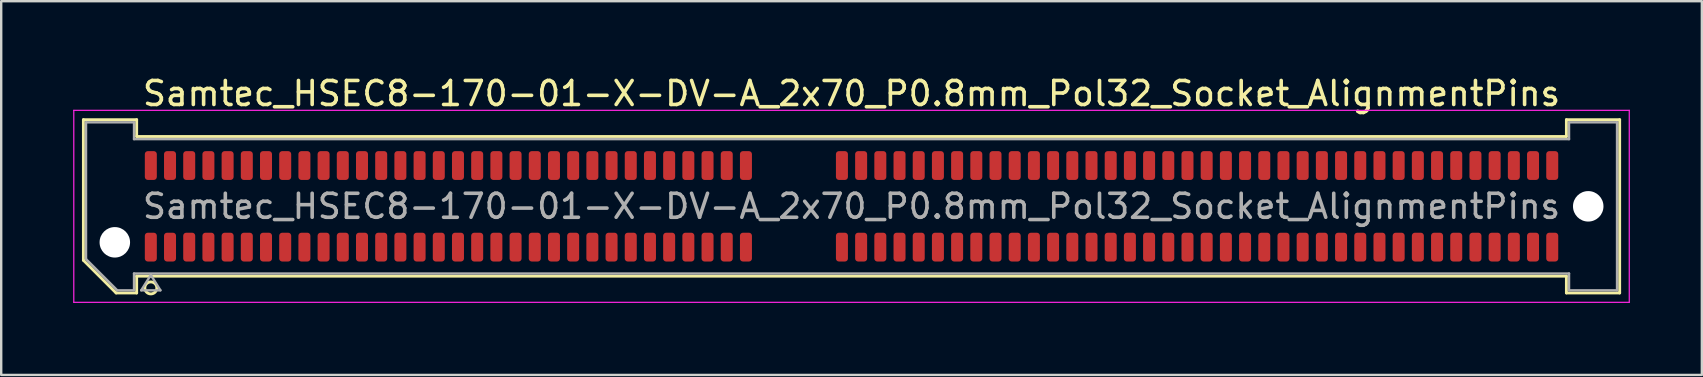
<source format=kicad_pcb>
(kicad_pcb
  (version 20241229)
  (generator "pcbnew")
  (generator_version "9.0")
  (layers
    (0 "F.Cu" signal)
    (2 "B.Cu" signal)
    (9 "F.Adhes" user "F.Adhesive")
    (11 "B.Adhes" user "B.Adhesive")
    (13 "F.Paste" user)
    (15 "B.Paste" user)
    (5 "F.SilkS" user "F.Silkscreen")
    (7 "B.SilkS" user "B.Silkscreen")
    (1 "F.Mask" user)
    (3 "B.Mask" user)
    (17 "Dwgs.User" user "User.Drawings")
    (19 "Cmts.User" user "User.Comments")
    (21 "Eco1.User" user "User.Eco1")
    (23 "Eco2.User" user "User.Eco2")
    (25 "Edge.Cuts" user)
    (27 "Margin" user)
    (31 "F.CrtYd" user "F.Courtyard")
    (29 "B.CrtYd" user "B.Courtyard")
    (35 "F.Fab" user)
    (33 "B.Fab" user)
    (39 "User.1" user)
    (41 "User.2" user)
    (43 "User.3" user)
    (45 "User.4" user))
  (footprint "Samtec_HSEC8-170-01-X-DV-A_2x70_P0.8mm_Pol32_Socket_AlignmentPins"
    (layer "F.Cu")
    (at 32.435 5.548)
    (property "Reference" "Samtec_HSEC8-170-01-X-DV-A_2x70_P0.8mm_Pol32_Socket_AlignmentPins" (at 0 -4.7 0) (layer "F.SilkS") (effects (font (size 1 1) (thickness 0.15))))
    (attr smd)
    (fp_line (start -32.01 -3.61) (end -29.79 -3.61) (stroke (width 0.12) (type solid)) (layer "F.SilkS"))
    (fp_line (start -32.01 2.246) (end -32.01 -3.61) (stroke (width 0.12) (type solid)) (layer "F.SilkS"))
    (fp_line (start -30.646 3.61) (end -32.01 2.246) (stroke (width 0.12) (type solid)) (layer "F.SilkS"))
    (fp_line (start -29.79 -3.61) (end -29.79 -2.91) (stroke (width 0.12) (type solid)) (layer "F.SilkS"))
    (fp_line (start -29.79 -2.91) (end 29.79 -2.91) (stroke (width 0.12) (type solid)) (layer "F.SilkS"))
    (fp_line (start -29.79 2.91) (end -29.79 3.61) (stroke (width 0.12) (type solid)) (layer "F.SilkS"))
    (fp_line (start -29.79 3.61) (end -30.646 3.61) (stroke (width 0.12) (type solid)) (layer "F.SilkS"))
    (fp_line (start 29.79 -3.61) (end 32.01 -3.61) (stroke (width 0.12) (type solid)) (layer "F.SilkS"))
    (fp_line (start 29.79 -2.91) (end 29.79 -3.61) (stroke (width 0.12) (type solid)) (layer "F.SilkS"))
    (fp_line (start 29.79 2.91) (end -29.79 2.91) (stroke (width 0.12) (type solid)) (layer "F.SilkS"))
    (fp_line (start 29.79 3.61) (end 29.79 2.91) (stroke (width 0.12) (type solid)) (layer "F.SilkS"))
    (fp_line (start 32.01 -3.61) (end 32.01 3.61) (stroke (width 0.12) (type solid)) (layer "F.SilkS"))
    (fp_line (start 32.01 3.61) (end 29.79 3.61) (stroke (width 0.12) (type solid)) (layer "F.SilkS"))
    (fp_circle (center -29.2 3.4) (end -28.95 3.4) (stroke (width 0.12) (type solid)) (fill no) (layer "F.SilkS"))
    (fp_line (start -32.41 -4) (end -32.41 4) (stroke (width 0.05) (type solid)) (layer "F.CrtYd"))
    (fp_line (start -32.41 4) (end 32.41 4) (stroke (width 0.05) (type solid)) (layer "F.CrtYd"))
    (fp_line (start 32.41 -4) (end -32.41 -4) (stroke (width 0.05) (type solid)) (layer "F.CrtYd"))
    (fp_line (start 32.41 4) (end 32.41 -4) (stroke (width 0.05) (type solid)) (layer "F.CrtYd"))
    (fp_line (start -31.9 -3.5) (end -29.9 -3.5) (stroke (width 0.1) (type solid)) (layer "F.Fab"))
    (fp_line (start -31.9 2.2) (end -31.9 -3.5) (stroke (width 0.1) (type solid)) (layer "F.Fab"))
    (fp_line (start -30.6 3.5) (end -31.9 2.2) (stroke (width 0.1) (type solid)) (layer "F.Fab"))
    (fp_line (start -29.9 -3.5) (end -29.9 -2.8) (stroke (width 0.1) (type solid)) (layer "F.Fab"))
    (fp_line (start -29.9 -2.8) (end 29.9 -2.8) (stroke (width 0.1) (type solid)) (layer "F.Fab"))
    (fp_line (start -29.9 2.8) (end -29.9 3.5) (stroke (width 0.1) (type solid)) (layer "F.Fab"))
    (fp_line (start -29.9 3.5) (end -30.6 3.5) (stroke (width 0.1) (type solid)) (layer "F.Fab"))
    (fp_line (start -29.6 3.5) (end -29.2 2.86) (stroke (width 0.1) (type solid)) (layer "F.Fab"))
    (fp_line (start -29.2 2.86) (end -28.8 3.5) (stroke (width 0.1) (type solid)) (layer "F.Fab"))
    (fp_line (start -28.8 3.5) (end -29.6 3.5) (stroke (width 0.1) (type solid)) (layer "F.Fab"))
    (fp_line (start 29.9 -3.5) (end 31.9 -3.5) (stroke (width 0.1) (type solid)) (layer "F.Fab"))
    (fp_line (start 29.9 -2.8) (end 29.9 -3.5) (stroke (width 0.1) (type solid)) (layer "F.Fab"))
    (fp_line (start 29.9 2.8) (end -29.9 2.8) (stroke (width 0.1) (type solid)) (layer "F.Fab"))
    (fp_line (start 29.9 3.5) (end 29.9 2.8) (stroke (width 0.1) (type solid)) (layer "F.Fab"))
    (fp_line (start 31.9 -3.5) (end 31.9 3.5) (stroke (width 0.1) (type solid)) (layer "F.Fab"))
    (fp_line (start 31.9 3.5) (end 29.9 3.5) (stroke (width 0.1) (type solid)) (layer "F.Fab"))
    (fp_text user "${REFERENCE}" (at 0 0 0) (layer "F.Fab") (effects (font (size 1 1) (thickness 0.15))))
    (pad "" np_thru_hole circle (at -30.7 1.5) (size 1.27 1.27) (drill 1.27) (layers "*.Cu" "*.Mask"))
    (pad "" np_thru_hole circle (at 30.7 0) (size 1.27 1.27) (drill 1.27) (layers "*.Cu" "*.Mask"))
    (pad "1" smd roundrect (at -29.2 1.7) (size 0.5 1.2) (layers "F.Cu" "F.Mask" "F.Paste") (roundrect_rratio 0.25))
    (pad "2" smd roundrect (at -29.2 -1.7) (size 0.5 1.2) (layers "F.Cu" "F.Mask" "F.Paste") (roundrect_rratio 0.25))
    (pad "3" smd roundrect (at -28.4 1.7) (size 0.5 1.2) (layers "F.Cu" "F.Mask" "F.Paste") (roundrect_rratio 0.25))
    (pad "4" smd roundrect (at -28.4 -1.7) (size 0.5 1.2) (layers "F.Cu" "F.Mask" "F.Paste") (roundrect_rratio 0.25))
    (pad "5" smd roundrect (at -27.6 1.7) (size 0.5 1.2) (layers "F.Cu" "F.Mask" "F.Paste") (roundrect_rratio 0.25))
    (pad "6" smd roundrect (at -27.6 -1.7) (size 0.5 1.2) (layers "F.Cu" "F.Mask" "F.Paste") (roundrect_rratio 0.25))
    (pad "7" smd roundrect (at -26.8 1.7) (size 0.5 1.2) (layers "F.Cu" "F.Mask" "F.Paste") (roundrect_rratio 0.25))
    (pad "8" smd roundrect (at -26.8 -1.7) (size 0.5 1.2) (layers "F.Cu" "F.Mask" "F.Paste") (roundrect_rratio 0.25))
    (pad "9" smd roundrect (at -26 1.7) (size 0.5 1.2) (layers "F.Cu" "F.Mask" "F.Paste") (roundrect_rratio 0.25))
    (pad "10" smd roundrect (at -26 -1.7) (size 0.5 1.2) (layers "F.Cu" "F.Mask" "F.Paste") (roundrect_rratio 0.25))
    (pad "11" smd roundrect (at -25.2 1.7) (size 0.5 1.2) (layers "F.Cu" "F.Mask" "F.Paste") (roundrect_rratio 0.25))
    (pad "12" smd roundrect (at -25.2 -1.7) (size 0.5 1.2) (layers "F.Cu" "F.Mask" "F.Paste") (roundrect_rratio 0.25))
    (pad "13" smd roundrect (at -24.4 1.7) (size 0.5 1.2) (layers "F.Cu" "F.Mask" "F.Paste") (roundrect_rratio 0.25))
    (pad "14" smd roundrect (at -24.4 -1.7) (size 0.5 1.2) (layers "F.Cu" "F.Mask" "F.Paste") (roundrect_rratio 0.25))
    (pad "15" smd roundrect (at -23.6 1.7) (size 0.5 1.2) (layers "F.Cu" "F.Mask" "F.Paste") (roundrect_rratio 0.25))
    (pad "16" smd roundrect (at -23.6 -1.7) (size 0.5 1.2) (layers "F.Cu" "F.Mask" "F.Paste") (roundrect_rratio 0.25))
    (pad "17" smd roundrect (at -22.8 1.7) (size 0.5 1.2) (layers "F.Cu" "F.Mask" "F.Paste") (roundrect_rratio 0.25))
    (pad "18" smd roundrect (at -22.8 -1.7) (size 0.5 1.2) (layers "F.Cu" "F.Mask" "F.Paste") (roundrect_rratio 0.25))
    (pad "19" smd roundrect (at -22 1.7) (size 0.5 1.2) (layers "F.Cu" "F.Mask" "F.Paste") (roundrect_rratio 0.25))
    (pad "20" smd roundrect (at -22 -1.7) (size 0.5 1.2) (layers "F.Cu" "F.Mask" "F.Paste") (roundrect_rratio 0.25))
    (pad "21" smd roundrect (at -21.2 1.7) (size 0.5 1.2) (layers "F.Cu" "F.Mask" "F.Paste") (roundrect_rratio 0.25))
    (pad "22" smd roundrect (at -21.2 -1.7) (size 0.5 1.2) (layers "F.Cu" "F.Mask" "F.Paste") (roundrect_rratio 0.25))
    (pad "23" smd roundrect (at -20.4 1.7) (size 0.5 1.2) (layers "F.Cu" "F.Mask" "F.Paste") (roundrect_rratio 0.25))
    (pad "24" smd roundrect (at -20.4 -1.7) (size 0.5 1.2) (layers "F.Cu" "F.Mask" "F.Paste") (roundrect_rratio 0.25))
    (pad "25" smd roundrect (at -19.6 1.7) (size 0.5 1.2) (layers "F.Cu" "F.Mask" "F.Paste") (roundrect_rratio 0.25))
    (pad "26" smd roundrect (at -19.6 -1.7) (size 0.5 1.2) (layers "F.Cu" "F.Mask" "F.Paste") (roundrect_rratio 0.25))
    (pad "27" smd roundrect (at -18.8 1.7) (size 0.5 1.2) (layers "F.Cu" "F.Mask" "F.Paste") (roundrect_rratio 0.25))
    (pad "28" smd roundrect (at -18.8 -1.7) (size 0.5 1.2) (layers "F.Cu" "F.Mask" "F.Paste") (roundrect_rratio 0.25))
    (pad "29" smd roundrect (at -18 1.7) (size 0.5 1.2) (layers "F.Cu" "F.Mask" "F.Paste") (roundrect_rratio 0.25))
    (pad "30" smd roundrect (at -18 -1.7) (size 0.5 1.2) (layers "F.Cu" "F.Mask" "F.Paste") (roundrect_rratio 0.25))
    (pad "31" smd roundrect (at -17.2 1.7) (size 0.5 1.2) (layers "F.Cu" "F.Mask" "F.Paste") (roundrect_rratio 0.25))
    (pad "32" smd roundrect (at -17.2 -1.7) (size 0.5 1.2) (layers "F.Cu" "F.Mask" "F.Paste") (roundrect_rratio 0.25))
    (pad "33" smd roundrect (at -16.4 1.7) (size 0.5 1.2) (layers "F.Cu" "F.Mask" "F.Paste") (roundrect_rratio 0.25))
    (pad "34" smd roundrect (at -16.4 -1.7) (size 0.5 1.2) (layers "F.Cu" "F.Mask" "F.Paste") (roundrect_rratio 0.25))
    (pad "35" smd roundrect (at -15.6 1.7) (size 0.5 1.2) (layers "F.Cu" "F.Mask" "F.Paste") (roundrect_rratio 0.25))
    (pad "36" smd roundrect (at -15.6 -1.7) (size 0.5 1.2) (layers "F.Cu" "F.Mask" "F.Paste") (roundrect_rratio 0.25))
    (pad "37" smd roundrect (at -14.8 1.7) (size 0.5 1.2) (layers "F.Cu" "F.Mask" "F.Paste") (roundrect_rratio 0.25))
    (pad "38" smd roundrect (at -14.8 -1.7) (size 0.5 1.2) (layers "F.Cu" "F.Mask" "F.Paste") (roundrect_rratio 0.25))
    (pad "39" smd roundrect (at -14 1.7) (size 0.5 1.2) (layers "F.Cu" "F.Mask" "F.Paste") (roundrect_rratio 0.25))
    (pad "40" smd roundrect (at -14 -1.7) (size 0.5 1.2) (layers "F.Cu" "F.Mask" "F.Paste") (roundrect_rratio 0.25))
    (pad "41" smd roundrect (at -13.2 1.7) (size 0.5 1.2) (layers "F.Cu" "F.Mask" "F.Paste") (roundrect_rratio 0.25))
    (pad "42" smd roundrect (at -13.2 -1.7) (size 0.5 1.2) (layers "F.Cu" "F.Mask" "F.Paste") (roundrect_rratio 0.25))
    (pad "43" smd roundrect (at -12.4 1.7) (size 0.5 1.2) (layers "F.Cu" "F.Mask" "F.Paste") (roundrect_rratio 0.25))
    (pad "44" smd roundrect (at -12.4 -1.7) (size 0.5 1.2) (layers "F.Cu" "F.Mask" "F.Paste") (roundrect_rratio 0.25))
    (pad "45" smd roundrect (at -11.6 1.7) (size 0.5 1.2) (layers "F.Cu" "F.Mask" "F.Paste") (roundrect_rratio 0.25))
    (pad "46" smd roundrect (at -11.6 -1.7) (size 0.5 1.2) (layers "F.Cu" "F.Mask" "F.Paste") (roundrect_rratio 0.25))
    (pad "47" smd roundrect (at -10.8 1.7) (size 0.5 1.2) (layers "F.Cu" "F.Mask" "F.Paste") (roundrect_rratio 0.25))
    (pad "48" smd roundrect (at -10.8 -1.7) (size 0.5 1.2) (layers "F.Cu" "F.Mask" "F.Paste") (roundrect_rratio 0.25))
    (pad "49" smd roundrect (at -10 1.7) (size 0.5 1.2) (layers "F.Cu" "F.Mask" "F.Paste") (roundrect_rratio 0.25))
    (pad "50" smd roundrect (at -10 -1.7) (size 0.5 1.2) (layers "F.Cu" "F.Mask" "F.Paste") (roundrect_rratio 0.25))
    (pad "51" smd roundrect (at -9.2 1.7) (size 0.5 1.2) (layers "F.Cu" "F.Mask" "F.Paste") (roundrect_rratio 0.25))
    (pad "52" smd roundrect (at -9.2 -1.7) (size 0.5 1.2) (layers "F.Cu" "F.Mask" "F.Paste") (roundrect_rratio 0.25))
    (pad "53" smd roundrect (at -8.4 1.7) (size 0.5 1.2) (layers "F.Cu" "F.Mask" "F.Paste") (roundrect_rratio 0.25))
    (pad "54" smd roundrect (at -8.4 -1.7) (size 0.5 1.2) (layers "F.Cu" "F.Mask" "F.Paste") (roundrect_rratio 0.25))
    (pad "55" smd roundrect (at -7.6 1.7) (size 0.5 1.2) (layers "F.Cu" "F.Mask" "F.Paste") (roundrect_rratio 0.25))
    (pad "56" smd roundrect (at -7.6 -1.7) (size 0.5 1.2) (layers "F.Cu" "F.Mask" "F.Paste") (roundrect_rratio 0.25))
    (pad "57" smd roundrect (at -6.8 1.7) (size 0.5 1.2) (layers "F.Cu" "F.Mask" "F.Paste") (roundrect_rratio 0.25))
    (pad "58" smd roundrect (at -6.8 -1.7) (size 0.5 1.2) (layers "F.Cu" "F.Mask" "F.Paste") (roundrect_rratio 0.25))
    (pad "59" smd roundrect (at -6 1.7) (size 0.5 1.2) (layers "F.Cu" "F.Mask" "F.Paste") (roundrect_rratio 0.25))
    (pad "60" smd roundrect (at -6 -1.7) (size 0.5 1.2) (layers "F.Cu" "F.Mask" "F.Paste") (roundrect_rratio 0.25))
    (pad "61" smd roundrect (at -5.2 1.7) (size 0.5 1.2) (layers "F.Cu" "F.Mask" "F.Paste") (roundrect_rratio 0.25))
    (pad "62" smd roundrect (at -5.2 -1.7) (size 0.5 1.2) (layers "F.Cu" "F.Mask" "F.Paste") (roundrect_rratio 0.25))
    (pad "63" smd roundrect (at -4.4 1.7) (size 0.5 1.2) (layers "F.Cu" "F.Mask" "F.Paste") (roundrect_rratio 0.25))
    (pad "64" smd roundrect (at -4.4 -1.7) (size 0.5 1.2) (layers "F.Cu" "F.Mask" "F.Paste") (roundrect_rratio 0.25))
    (pad "65" smd roundrect (at -0.4 1.7) (size 0.5 1.2) (layers "F.Cu" "F.Mask" "F.Paste") (roundrect_rratio 0.25))
    (pad "66" smd roundrect (at -0.4 -1.7) (size 0.5 1.2) (layers "F.Cu" "F.Mask" "F.Paste") (roundrect_rratio 0.25))
    (pad "67" smd roundrect (at 0.4 1.7) (size 0.5 1.2) (layers "F.Cu" "F.Mask" "F.Paste") (roundrect_rratio 0.25))
    (pad "68" smd roundrect (at 0.4 -1.7) (size 0.5 1.2) (layers "F.Cu" "F.Mask" "F.Paste") (roundrect_rratio 0.25))
    (pad "69" smd roundrect (at 1.2 1.7) (size 0.5 1.2) (layers "F.Cu" "F.Mask" "F.Paste") (roundrect_rratio 0.25))
    (pad "70" smd roundrect (at 1.2 -1.7) (size 0.5 1.2) (layers "F.Cu" "F.Mask" "F.Paste") (roundrect_rratio 0.25))
    (pad "71" smd roundrect (at 2 1.7) (size 0.5 1.2) (layers "F.Cu" "F.Mask" "F.Paste") (roundrect_rratio 0.25))
    (pad "72" smd roundrect (at 2 -1.7) (size 0.5 1.2) (layers "F.Cu" "F.Mask" "F.Paste") (roundrect_rratio 0.25))
    (pad "73" smd roundrect (at 2.8 1.7) (size 0.5 1.2) (layers "F.Cu" "F.Mask" "F.Paste") (roundrect_rratio 0.25))
    (pad "74" smd roundrect (at 2.8 -1.7) (size 0.5 1.2) (layers "F.Cu" "F.Mask" "F.Paste") (roundrect_rratio 0.25))
    (pad "75" smd roundrect (at 3.6 1.7) (size 0.5 1.2) (layers "F.Cu" "F.Mask" "F.Paste") (roundrect_rratio 0.25))
    (pad "76" smd roundrect (at 3.6 -1.7) (size 0.5 1.2) (layers "F.Cu" "F.Mask" "F.Paste") (roundrect_rratio 0.25))
    (pad "77" smd roundrect (at 4.4 1.7) (size 0.5 1.2) (layers "F.Cu" "F.Mask" "F.Paste") (roundrect_rratio 0.25))
    (pad "78" smd roundrect (at 4.4 -1.7) (size 0.5 1.2) (layers "F.Cu" "F.Mask" "F.Paste") (roundrect_rratio 0.25))
    (pad "79" smd roundrect (at 5.2 1.7) (size 0.5 1.2) (layers "F.Cu" "F.Mask" "F.Paste") (roundrect_rratio 0.25))
    (pad "80" smd roundrect (at 5.2 -1.7) (size 0.5 1.2) (layers "F.Cu" "F.Mask" "F.Paste") (roundrect_rratio 0.25))
    (pad "81" smd roundrect (at 6 1.7) (size 0.5 1.2) (layers "F.Cu" "F.Mask" "F.Paste") (roundrect_rratio 0.25))
    (pad "82" smd roundrect (at 6 -1.7) (size 0.5 1.2) (layers "F.Cu" "F.Mask" "F.Paste") (roundrect_rratio 0.25))
    (pad "83" smd roundrect (at 6.8 1.7) (size 0.5 1.2) (layers "F.Cu" "F.Mask" "F.Paste") (roundrect_rratio 0.25))
    (pad "84" smd roundrect (at 6.8 -1.7) (size 0.5 1.2) (layers "F.Cu" "F.Mask" "F.Paste") (roundrect_rratio 0.25))
    (pad "85" smd roundrect (at 7.6 1.7) (size 0.5 1.2) (layers "F.Cu" "F.Mask" "F.Paste") (roundrect_rratio 0.25))
    (pad "86" smd roundrect (at 7.6 -1.7) (size 0.5 1.2) (layers "F.Cu" "F.Mask" "F.Paste") (roundrect_rratio 0.25))
    (pad "87" smd roundrect (at 8.4 1.7) (size 0.5 1.2) (layers "F.Cu" "F.Mask" "F.Paste") (roundrect_rratio 0.25))
    (pad "88" smd roundrect (at 8.4 -1.7) (size 0.5 1.2) (layers "F.Cu" "F.Mask" "F.Paste") (roundrect_rratio 0.25))
    (pad "89" smd roundrect (at 9.2 1.7) (size 0.5 1.2) (layers "F.Cu" "F.Mask" "F.Paste") (roundrect_rratio 0.25))
    (pad "90" smd roundrect (at 9.2 -1.7) (size 0.5 1.2) (layers "F.Cu" "F.Mask" "F.Paste") (roundrect_rratio 0.25))
    (pad "91" smd roundrect (at 10 1.7) (size 0.5 1.2) (layers "F.Cu" "F.Mask" "F.Paste") (roundrect_rratio 0.25))
    (pad "92" smd roundrect (at 10 -1.7) (size 0.5 1.2) (layers "F.Cu" "F.Mask" "F.Paste") (roundrect_rratio 0.25))
    (pad "93" smd roundrect (at 10.8 1.7) (size 0.5 1.2) (layers "F.Cu" "F.Mask" "F.Paste") (roundrect_rratio 0.25))
    (pad "94" smd roundrect (at 10.8 -1.7) (size 0.5 1.2) (layers "F.Cu" "F.Mask" "F.Paste") (roundrect_rratio 0.25))
    (pad "95" smd roundrect (at 11.6 1.7) (size 0.5 1.2) (layers "F.Cu" "F.Mask" "F.Paste") (roundrect_rratio 0.25))
    (pad "96" smd roundrect (at 11.6 -1.7) (size 0.5 1.2) (layers "F.Cu" "F.Mask" "F.Paste") (roundrect_rratio 0.25))
    (pad "97" smd roundrect (at 12.4 1.7) (size 0.5 1.2) (layers "F.Cu" "F.Mask" "F.Paste") (roundrect_rratio 0.25))
    (pad "98" smd roundrect (at 12.4 -1.7) (size 0.5 1.2) (layers "F.Cu" "F.Mask" "F.Paste") (roundrect_rratio 0.25))
    (pad "99" smd roundrect (at 13.2 1.7) (size 0.5 1.2) (layers "F.Cu" "F.Mask" "F.Paste") (roundrect_rratio 0.25))
    (pad "100" smd roundrect (at 13.2 -1.7) (size 0.5 1.2) (layers "F.Cu" "F.Mask" "F.Paste") (roundrect_rratio 0.25))
    (pad "101" smd roundrect (at 14 1.7) (size 0.5 1.2) (layers "F.Cu" "F.Mask" "F.Paste") (roundrect_rratio 0.25))
    (pad "102" smd roundrect (at 14 -1.7) (size 0.5 1.2) (layers "F.Cu" "F.Mask" "F.Paste") (roundrect_rratio 0.25))
    (pad "103" smd roundrect (at 14.8 1.7) (size 0.5 1.2) (layers "F.Cu" "F.Mask" "F.Paste") (roundrect_rratio 0.25))
    (pad "104" smd roundrect (at 14.8 -1.7) (size 0.5 1.2) (layers "F.Cu" "F.Mask" "F.Paste") (roundrect_rratio 0.25))
    (pad "105" smd roundrect (at 15.6 1.7) (size 0.5 1.2) (layers "F.Cu" "F.Mask" "F.Paste") (roundrect_rratio 0.25))
    (pad "106" smd roundrect (at 15.6 -1.7) (size 0.5 1.2) (layers "F.Cu" "F.Mask" "F.Paste") (roundrect_rratio 0.25))
    (pad "107" smd roundrect (at 16.4 1.7) (size 0.5 1.2) (layers "F.Cu" "F.Mask" "F.Paste") (roundrect_rratio 0.25))
    (pad "108" smd roundrect (at 16.4 -1.7) (size 0.5 1.2) (layers "F.Cu" "F.Mask" "F.Paste") (roundrect_rratio 0.25))
    (pad "109" smd roundrect (at 17.2 1.7) (size 0.5 1.2) (layers "F.Cu" "F.Mask" "F.Paste") (roundrect_rratio 0.25))
    (pad "110" smd roundrect (at 17.2 -1.7) (size 0.5 1.2) (layers "F.Cu" "F.Mask" "F.Paste") (roundrect_rratio 0.25))
    (pad "111" smd roundrect (at 18 1.7) (size 0.5 1.2) (layers "F.Cu" "F.Mask" "F.Paste") (roundrect_rratio 0.25))
    (pad "112" smd roundrect (at 18 -1.7) (size 0.5 1.2) (layers "F.Cu" "F.Mask" "F.Paste") (roundrect_rratio 0.25))
    (pad "113" smd roundrect (at 18.8 1.7) (size 0.5 1.2) (layers "F.Cu" "F.Mask" "F.Paste") (roundrect_rratio 0.25))
    (pad "114" smd roundrect (at 18.8 -1.7) (size 0.5 1.2) (layers "F.Cu" "F.Mask" "F.Paste") (roundrect_rratio 0.25))
    (pad "115" smd roundrect (at 19.6 1.7) (size 0.5 1.2) (layers "F.Cu" "F.Mask" "F.Paste") (roundrect_rratio 0.25))
    (pad "116" smd roundrect (at 19.6 -1.7) (size 0.5 1.2) (layers "F.Cu" "F.Mask" "F.Paste") (roundrect_rratio 0.25))
    (pad "117" smd roundrect (at 20.4 1.7) (size 0.5 1.2) (layers "F.Cu" "F.Mask" "F.Paste") (roundrect_rratio 0.25))
    (pad "118" smd roundrect (at 20.4 -1.7) (size 0.5 1.2) (layers "F.Cu" "F.Mask" "F.Paste") (roundrect_rratio 0.25))
    (pad "119" smd roundrect (at 21.2 1.7) (size 0.5 1.2) (layers "F.Cu" "F.Mask" "F.Paste") (roundrect_rratio 0.25))
    (pad "120" smd roundrect (at 21.2 -1.7) (size 0.5 1.2) (layers "F.Cu" "F.Mask" "F.Paste") (roundrect_rratio 0.25))
    (pad "121" smd roundrect (at 22 1.7) (size 0.5 1.2) (layers "F.Cu" "F.Mask" "F.Paste") (roundrect_rratio 0.25))
    (pad "122" smd roundrect (at 22 -1.7) (size 0.5 1.2) (layers "F.Cu" "F.Mask" "F.Paste") (roundrect_rratio 0.25))
    (pad "123" smd roundrect (at 22.8 1.7) (size 0.5 1.2) (layers "F.Cu" "F.Mask" "F.Paste") (roundrect_rratio 0.25))
    (pad "124" smd roundrect (at 22.8 -1.7) (size 0.5 1.2) (layers "F.Cu" "F.Mask" "F.Paste") (roundrect_rratio 0.25))
    (pad "125" smd roundrect (at 23.6 1.7) (size 0.5 1.2) (layers "F.Cu" "F.Mask" "F.Paste") (roundrect_rratio 0.25))
    (pad "126" smd roundrect (at 23.6 -1.7) (size 0.5 1.2) (layers "F.Cu" "F.Mask" "F.Paste") (roundrect_rratio 0.25))
    (pad "127" smd roundrect (at 24.4 1.7) (size 0.5 1.2) (layers "F.Cu" "F.Mask" "F.Paste") (roundrect_rratio 0.25))
    (pad "128" smd roundrect (at 24.4 -1.7) (size 0.5 1.2) (layers "F.Cu" "F.Mask" "F.Paste") (roundrect_rratio 0.25))
    (pad "129" smd roundrect (at 25.2 1.7) (size 0.5 1.2) (layers "F.Cu" "F.Mask" "F.Paste") (roundrect_rratio 0.25))
    (pad "130" smd roundrect (at 25.2 -1.7) (size 0.5 1.2) (layers "F.Cu" "F.Mask" "F.Paste") (roundrect_rratio 0.25))
    (pad "131" smd roundrect (at 26 1.7) (size 0.5 1.2) (layers "F.Cu" "F.Mask" "F.Paste") (roundrect_rratio 0.25))
    (pad "132" smd roundrect (at 26 -1.7) (size 0.5 1.2) (layers "F.Cu" "F.Mask" "F.Paste") (roundrect_rratio 0.25))
    (pad "133" smd roundrect (at 26.8 1.7) (size 0.5 1.2) (layers "F.Cu" "F.Mask" "F.Paste") (roundrect_rratio 0.25))
    (pad "134" smd roundrect (at 26.8 -1.7) (size 0.5 1.2) (layers "F.Cu" "F.Mask" "F.Paste") (roundrect_rratio 0.25))
    (pad "135" smd roundrect (at 27.6 1.7) (size 0.5 1.2) (layers "F.Cu" "F.Mask" "F.Paste") (roundrect_rratio 0.25))
    (pad "136" smd roundrect (at 27.6 -1.7) (size 0.5 1.2) (layers "F.Cu" "F.Mask" "F.Paste") (roundrect_rratio 0.25))
    (pad "137" smd roundrect (at 28.4 1.7) (size 0.5 1.2) (layers "F.Cu" "F.Mask" "F.Paste") (roundrect_rratio 0.25))
    (pad "138" smd roundrect (at 28.4 -1.7) (size 0.5 1.2) (layers "F.Cu" "F.Mask" "F.Paste") (roundrect_rratio 0.25))
    (pad "139" smd roundrect (at 29.2 1.7) (size 0.5 1.2) (layers "F.Cu" "F.Mask" "F.Paste") (roundrect_rratio 0.25))
    (pad "140" smd roundrect (at 29.2 -1.7) (size 0.5 1.2) (layers "F.Cu" "F.Mask" "F.Paste") (roundrect_rratio 0.25)))
  (gr_rect
    (start -3 -3)
    (end 67.87 12.573)
    (stroke (width 0.1) (type default))
    (fill no)
    (layer "Edge.Cuts")))
</source>
